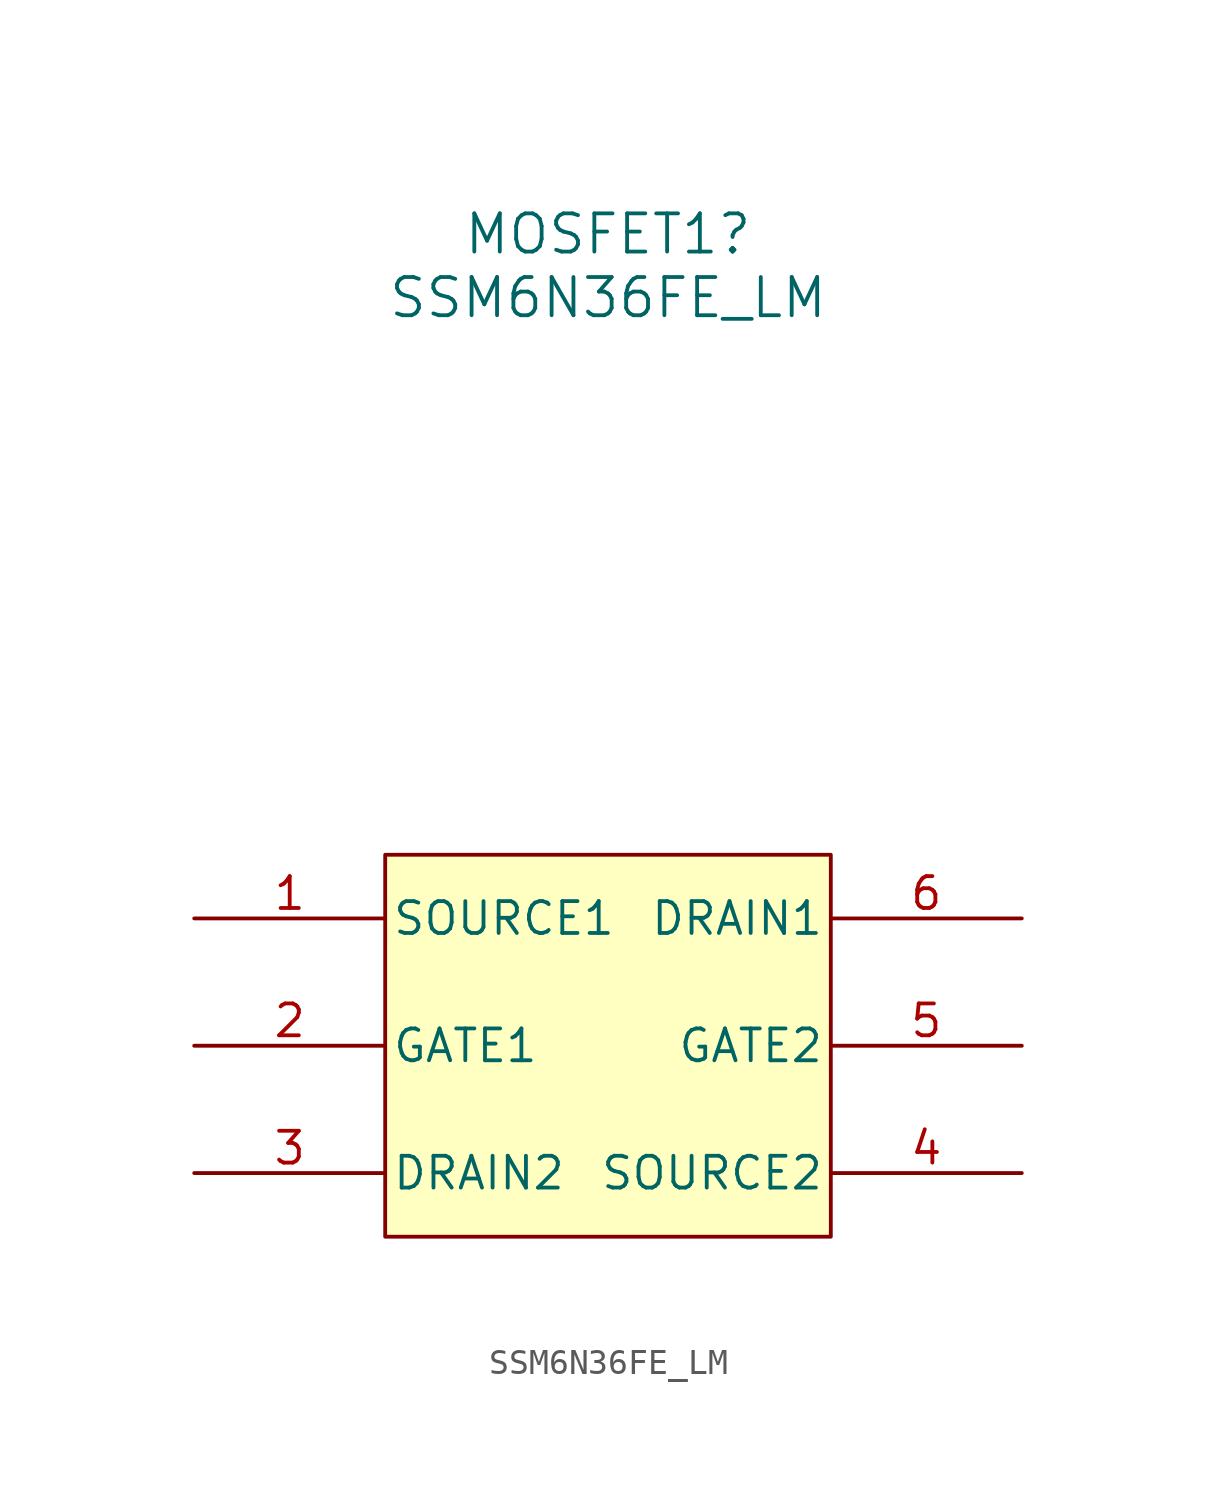
<source format=kicad_sym>
(kicad_symbol_lib
  (version 20220914)
  (generator kicad_symbol_editor)
  (symbol "SSM6N36FE_LM"
    (pin_names
      (offset 0.254))
    (property "Reference" "MOSFET1"
      (at 0 32.385 0)
      (effects (font (size 1.524 1.524))))
    (property "Value" "SSM6N36FE_LM"
      (at 0 29.845 0)
      (effects (font (size 1.524 1.524))))
    (property "ki_locked" ""
      (at 0 0 0)
      (effects (font (size 1.27 1.27))))
    (symbol "SSM6N36FE_LM_0_1"
      (pin unspecified line (at -16.51 0 0) (length 7.62) (name "GATE1" (effects (font (size 1.27 1.27)))) (number "2" (effects (font (size 1.27 1.27)))))
      (pin unspecified line (at -16.51 -5.08 0) (length 7.62) (name "DRAIN2" (effects (font (size 1.27 1.27)))) (number "3" (effects (font (size 1.27 1.27)))))
      (pin unspecified line (at 16.51 -5.08 180) (length 7.62) (name "SOURCE2" (effects (font (size 1.27 1.27)))) (number "4" (effects (font (size 1.27 1.27)))))
      (pin unspecified line (at 16.51 0 180) (length 7.62) (name "GATE2" (effects (font (size 1.27 1.27)))) (number "5" (effects (font (size 1.27 1.27)))))
      (pin unspecified line (at 16.51 5.08 180) (length 7.62) (name "DRAIN1" (effects (font (size 1.27 1.27)))) (number "6" (effects (font (size 1.27 1.27))))))
    (symbol "SSM6N36FE_LM_1_1"
      (rectangle (start -8.89 7.62) (end 8.89 -7.62) (stroke (width 0) (type default)) (fill (type background)))
      (pin unspecified line (at -16.51 5.08 0) (length 7.62) (name "SOURCE1" (effects (font (size 1.27 1.27)))) (number "1" (effects (font (size 1.27 1.27))))))))
</source>
